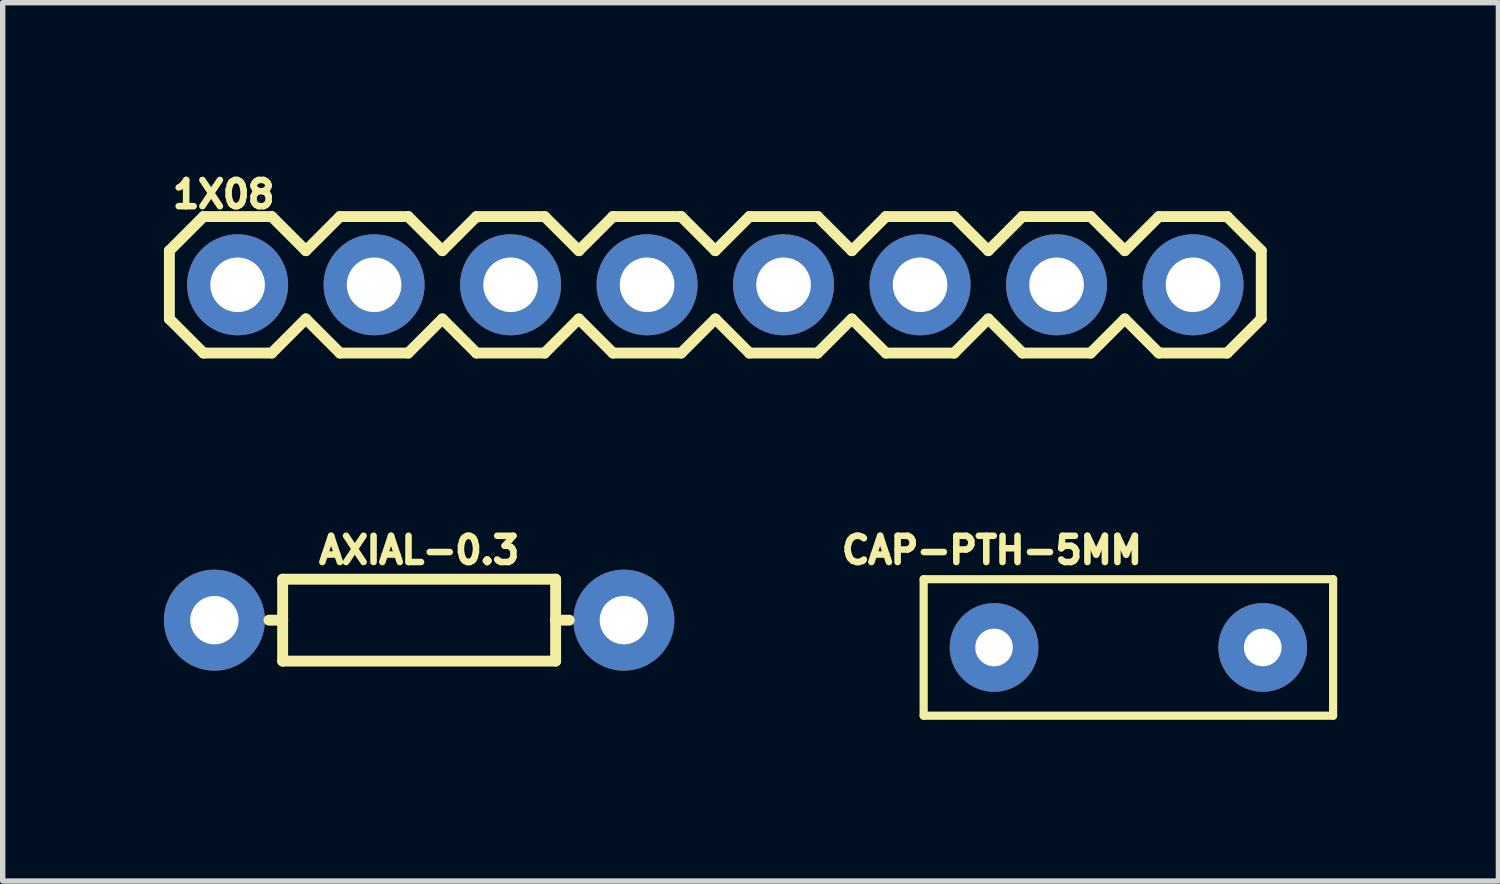
<source format=kicad_pcb>
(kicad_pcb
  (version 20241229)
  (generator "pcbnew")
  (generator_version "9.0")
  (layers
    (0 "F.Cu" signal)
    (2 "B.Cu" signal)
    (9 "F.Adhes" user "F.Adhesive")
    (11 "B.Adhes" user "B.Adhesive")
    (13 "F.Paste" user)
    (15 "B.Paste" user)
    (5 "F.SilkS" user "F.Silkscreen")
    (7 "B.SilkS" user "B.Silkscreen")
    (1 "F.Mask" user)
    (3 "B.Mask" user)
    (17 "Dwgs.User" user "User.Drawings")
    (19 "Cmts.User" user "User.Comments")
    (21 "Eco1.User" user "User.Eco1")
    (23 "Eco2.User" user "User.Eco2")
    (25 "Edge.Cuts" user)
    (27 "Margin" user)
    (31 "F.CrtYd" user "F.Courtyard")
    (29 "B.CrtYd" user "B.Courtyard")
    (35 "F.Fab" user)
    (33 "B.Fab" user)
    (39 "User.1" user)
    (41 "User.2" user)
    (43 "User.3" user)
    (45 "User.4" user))
  (footprint "CAP-PTH-5MM"
    (layer "F.Cu")
    (at 17.949 8.999)
    (property "Reference" "CAP-PTH-5MM" (at -2.54 -1.524 0) (layer "F.SilkS") (effects (font (size 0.488 0.488) (thickness 0.122)) (justify bottom)))
    (fp_line (start -3.81 -1.27) (end 3.81 -1.27) (stroke (width 0.152) (type solid)) (layer "F.SilkS"))
    (fp_line (start -3.81 1.27) (end -3.81 -1.27) (stroke (width 0.152) (type solid)) (layer "F.SilkS"))
    (fp_line (start 3.81 -1.27) (end 3.81 1.27) (stroke (width 0.152) (type solid)) (layer "F.SilkS"))
    (fp_line (start 3.81 1.27) (end -3.81 1.27) (stroke (width 0.152) (type solid)) (layer "F.SilkS"))
    (pad "1" thru_hole circle (at -2.5 0) (size 1.651 1.651) (drill 0.7) (layers "*.Cu" "*.Mask"))
    (pad "2" thru_hole circle (at 2.5 0) (size 1.651 1.651) (drill 0.7) (layers "*.Cu" "*.Mask")))
  (footprint "AXIAL-0.3"
    (layer "F.Cu")
    (at 4.75 8.491)
    (property "Reference" "AXIAL-0.3" (at 0 -1.016 0) (layer "F.SilkS") (effects (font (size 0.488 0.488) (thickness 0.122)) (justify bottom)))
    (fp_line (start -2.54 -0.762) (end 2.54 -0.762) (stroke (width 0.203) (type solid)) (layer "F.SilkS"))
    (fp_line (start -2.54 0) (end -2.794 0) (stroke (width 0.203) (type solid)) (layer "F.SilkS"))
    (fp_line (start -2.54 0) (end -2.54 -0.762) (stroke (width 0.203) (type solid)) (layer "F.SilkS"))
    (fp_line (start -2.54 0.762) (end -2.54 0) (stroke (width 0.203) (type solid)) (layer "F.SilkS"))
    (fp_line (start 2.54 -0.762) (end 2.54 0) (stroke (width 0.203) (type solid)) (layer "F.SilkS"))
    (fp_line (start 2.54 0) (end 2.54 0.762) (stroke (width 0.203) (type solid)) (layer "F.SilkS"))
    (fp_line (start 2.54 0) (end 2.794 0) (stroke (width 0.203) (type solid)) (layer "F.SilkS"))
    (fp_line (start 2.54 0.762) (end -2.54 0.762) (stroke (width 0.203) (type solid)) (layer "F.SilkS"))
    (pad "P$1" thru_hole circle (at -3.81 0) (size 1.88 1.88) (drill 0.9) (layers "*.Cu" "*.Mask"))
    (pad "P$2" thru_hole circle (at 3.81 0) (size 1.88 1.88) (drill 0.9) (layers "*.Cu" "*.Mask")))
  (footprint "1X08"
    (layer "F.Cu")
    (at 1.372 2.25)
    (property "Reference" "1X08" (at -1.27 -1.397 0) (layer "F.SilkS") (effects (font (size 0.488 0.488) (thickness 0.122)) (justify left bottom)))
    (fp_line (start -1.27 -0.635) (end -1.27 0.635) (stroke (width 0.203) (type solid)) (layer "F.SilkS"))
    (fp_line (start -1.27 0.635) (end -0.635 1.27) (stroke (width 0.203) (type solid)) (layer "F.SilkS"))
    (fp_line (start -0.635 -1.27) (end -1.27 -0.635) (stroke (width 0.203) (type solid)) (layer "F.SilkS"))
    (fp_line (start -0.635 -1.27) (end 0.635 -1.27) (stroke (width 0.203) (type solid)) (layer "F.SilkS"))
    (fp_line (start 0.635 -1.27) (end 1.27 -0.635) (stroke (width 0.203) (type solid)) (layer "F.SilkS"))
    (fp_line (start 0.635 1.27) (end -0.635 1.27) (stroke (width 0.203) (type solid)) (layer "F.SilkS"))
    (fp_line (start 1.27 -0.635) (end 1.905 -1.27) (stroke (width 0.203) (type solid)) (layer "F.SilkS"))
    (fp_line (start 1.27 0.635) (end 0.635 1.27) (stroke (width 0.203) (type solid)) (layer "F.SilkS"))
    (fp_line (start 1.905 -1.27) (end 3.175 -1.27) (stroke (width 0.203) (type solid)) (layer "F.SilkS"))
    (fp_line (start 1.905 1.27) (end 1.27 0.635) (stroke (width 0.203) (type solid)) (layer "F.SilkS"))
    (fp_line (start 3.175 -1.27) (end 3.81 -0.635) (stroke (width 0.203) (type solid)) (layer "F.SilkS"))
    (fp_line (start 3.175 1.27) (end 1.905 1.27) (stroke (width 0.203) (type solid)) (layer "F.SilkS"))
    (fp_line (start 3.81 -0.635) (end 4.445 -1.27) (stroke (width 0.203) (type solid)) (layer "F.SilkS"))
    (fp_line (start 3.81 0.635) (end 3.175 1.27) (stroke (width 0.203) (type solid)) (layer "F.SilkS"))
    (fp_line (start 4.445 -1.27) (end 5.715 -1.27) (stroke (width 0.203) (type solid)) (layer "F.SilkS"))
    (fp_line (start 4.445 1.27) (end 3.81 0.635) (stroke (width 0.203) (type solid)) (layer "F.SilkS"))
    (fp_line (start 5.715 -1.27) (end 6.35 -0.635) (stroke (width 0.203) (type solid)) (layer "F.SilkS"))
    (fp_line (start 5.715 1.27) (end 4.445 1.27) (stroke (width 0.203) (type solid)) (layer "F.SilkS"))
    (fp_line (start 6.35 0.635) (end 5.715 1.27) (stroke (width 0.203) (type solid)) (layer "F.SilkS"))
    (fp_line (start 6.35 0.635) (end 6.985 1.27) (stroke (width 0.203) (type solid)) (layer "F.SilkS"))
    (fp_line (start 6.985 -1.27) (end 6.35 -0.635) (stroke (width 0.203) (type solid)) (layer "F.SilkS"))
    (fp_line (start 6.985 -1.27) (end 8.255 -1.27) (stroke (width 0.203) (type solid)) (layer "F.SilkS"))
    (fp_line (start 8.255 -1.27) (end 8.89 -0.635) (stroke (width 0.203) (type solid)) (layer "F.SilkS"))
    (fp_line (start 8.255 1.27) (end 6.985 1.27) (stroke (width 0.203) (type solid)) (layer "F.SilkS"))
    (fp_line (start 8.89 -0.635) (end 9.525 -1.27) (stroke (width 0.203) (type solid)) (layer "F.SilkS"))
    (fp_line (start 8.89 0.635) (end 8.255 1.27) (stroke (width 0.203) (type solid)) (layer "F.SilkS"))
    (fp_line (start 9.525 -1.27) (end 10.795 -1.27) (stroke (width 0.203) (type solid)) (layer "F.SilkS"))
    (fp_line (start 9.525 1.27) (end 8.89 0.635) (stroke (width 0.203) (type solid)) (layer "F.SilkS"))
    (fp_line (start 10.795 -1.27) (end 11.43 -0.635) (stroke (width 0.203) (type solid)) (layer "F.SilkS"))
    (fp_line (start 10.795 1.27) (end 9.525 1.27) (stroke (width 0.203) (type solid)) (layer "F.SilkS"))
    (fp_line (start 11.43 -0.635) (end 12.065 -1.27) (stroke (width 0.203) (type solid)) (layer "F.SilkS"))
    (fp_line (start 11.43 0.635) (end 10.795 1.27) (stroke (width 0.203) (type solid)) (layer "F.SilkS"))
    (fp_line (start 12.065 -1.27) (end 13.335 -1.27) (stroke (width 0.203) (type solid)) (layer "F.SilkS"))
    (fp_line (start 12.065 1.27) (end 11.43 0.635) (stroke (width 0.203) (type solid)) (layer "F.SilkS"))
    (fp_line (start 13.335 -1.27) (end 13.97 -0.635) (stroke (width 0.203) (type solid)) (layer "F.SilkS"))
    (fp_line (start 13.335 1.27) (end 12.065 1.27) (stroke (width 0.203) (type solid)) (layer "F.SilkS"))
    (fp_line (start 13.97 0.635) (end 13.335 1.27) (stroke (width 0.203) (type solid)) (layer "F.SilkS"))
    (fp_line (start 13.97 0.635) (end 14.605 1.27) (stroke (width 0.203) (type solid)) (layer "F.SilkS"))
    (fp_line (start 14.605 -1.27) (end 13.97 -0.635) (stroke (width 0.203) (type solid)) (layer "F.SilkS"))
    (fp_line (start 14.605 -1.27) (end 15.875 -1.27) (stroke (width 0.203) (type solid)) (layer "F.SilkS"))
    (fp_line (start 15.875 -1.27) (end 16.51 -0.635) (stroke (width 0.203) (type solid)) (layer "F.SilkS"))
    (fp_line (start 15.875 1.27) (end 14.605 1.27) (stroke (width 0.203) (type solid)) (layer "F.SilkS"))
    (fp_line (start 16.51 0.635) (end 15.875 1.27) (stroke (width 0.203) (type solid)) (layer "F.SilkS"))
    (fp_line (start 16.51 0.635) (end 17.145 1.27) (stroke (width 0.203) (type solid)) (layer "F.SilkS"))
    (fp_line (start 17.145 -1.27) (end 16.51 -0.635) (stroke (width 0.203) (type solid)) (layer "F.SilkS"))
    (fp_line (start 17.145 -1.27) (end 18.415 -1.27) (stroke (width 0.203) (type solid)) (layer "F.SilkS"))
    (fp_line (start 18.415 -1.27) (end 19.05 -0.635) (stroke (width 0.203) (type solid)) (layer "F.SilkS"))
    (fp_line (start 18.415 1.27) (end 17.145 1.27) (stroke (width 0.203) (type solid)) (layer "F.SilkS"))
    (fp_line (start 19.05 -0.635) (end 19.05 0.635) (stroke (width 0.203) (type solid)) (layer "F.SilkS"))
    (fp_line (start 19.05 0.635) (end 18.415 1.27) (stroke (width 0.203) (type solid)) (layer "F.SilkS"))
    (fp_poly (pts (xy -0.254 0.254) (xy 0.254 0.254) (xy 0.254 -0.254) (xy -0.254 -0.254)) (stroke (width 0.1) (type default)) (fill no) (layer "F.Fab"))
    (fp_poly (pts (xy 2.286 0.254) (xy 2.794 0.254) (xy 2.794 -0.254) (xy 2.286 -0.254)) (stroke (width 0.1) (type default)) (fill no) (layer "F.Fab"))
    (fp_poly (pts (xy 4.826 0.254) (xy 5.334 0.254) (xy 5.334 -0.254) (xy 4.826 -0.254)) (stroke (width 0.1) (type default)) (fill no) (layer "F.Fab"))
    (fp_poly (pts (xy 7.366 0.254) (xy 7.874 0.254) (xy 7.874 -0.254) (xy 7.366 -0.254)) (stroke (width 0.1) (type default)) (fill no) (layer "F.Fab"))
    (fp_poly (pts (xy 9.906 0.254) (xy 10.414 0.254) (xy 10.414 -0.254) (xy 9.906 -0.254)) (stroke (width 0.1) (type default)) (fill no) (layer "F.Fab"))
    (fp_poly (pts (xy 12.446 0.254) (xy 12.954 0.254) (xy 12.954 -0.254) (xy 12.446 -0.254)) (stroke (width 0.1) (type default)) (fill no) (layer "F.Fab"))
    (fp_poly (pts (xy 14.986 0.254) (xy 15.494 0.254) (xy 15.494 -0.254) (xy 14.986 -0.254)) (stroke (width 0.1) (type default)) (fill no) (layer "F.Fab"))
    (fp_poly (pts (xy 17.526 0.254) (xy 18.034 0.254) (xy 18.034 -0.254) (xy 17.526 -0.254)) (stroke (width 0.1) (type default)) (fill no) (layer "F.Fab"))
    (pad "1" thru_hole circle (at 0 0 90) (size 1.88 1.88) (drill 1.016) (layers "*.Cu" "*.Mask"))
    (pad "2" thru_hole circle (at 2.54 0 90) (size 1.88 1.88) (drill 1.016) (layers "*.Cu" "*.Mask"))
    (pad "3" thru_hole circle (at 5.08 0 90) (size 1.88 1.88) (drill 1.016) (layers "*.Cu" "*.Mask"))
    (pad "4" thru_hole circle (at 7.62 0 90) (size 1.88 1.88) (drill 1.016) (layers "*.Cu" "*.Mask"))
    (pad "5" thru_hole circle (at 10.16 0 90) (size 1.88 1.88) (drill 1.016) (layers "*.Cu" "*.Mask"))
    (pad "6" thru_hole circle (at 12.7 0 90) (size 1.88 1.88) (drill 1.016) (layers "*.Cu" "*.Mask"))
    (pad "7" thru_hole circle (at 15.24 0 90) (size 1.88 1.88) (drill 1.016) (layers "*.Cu" "*.Mask"))
    (pad "8" thru_hole circle (at 17.78 0 90) (size 1.88 1.88) (drill 1.016) (layers "*.Cu" "*.Mask")))
  (gr_rect
    (start -3 -3)
    (end 24.835 13.346)
    (stroke (width 0.1) (type default))
    (fill no)
    (layer "Edge.Cuts")))
</source>
